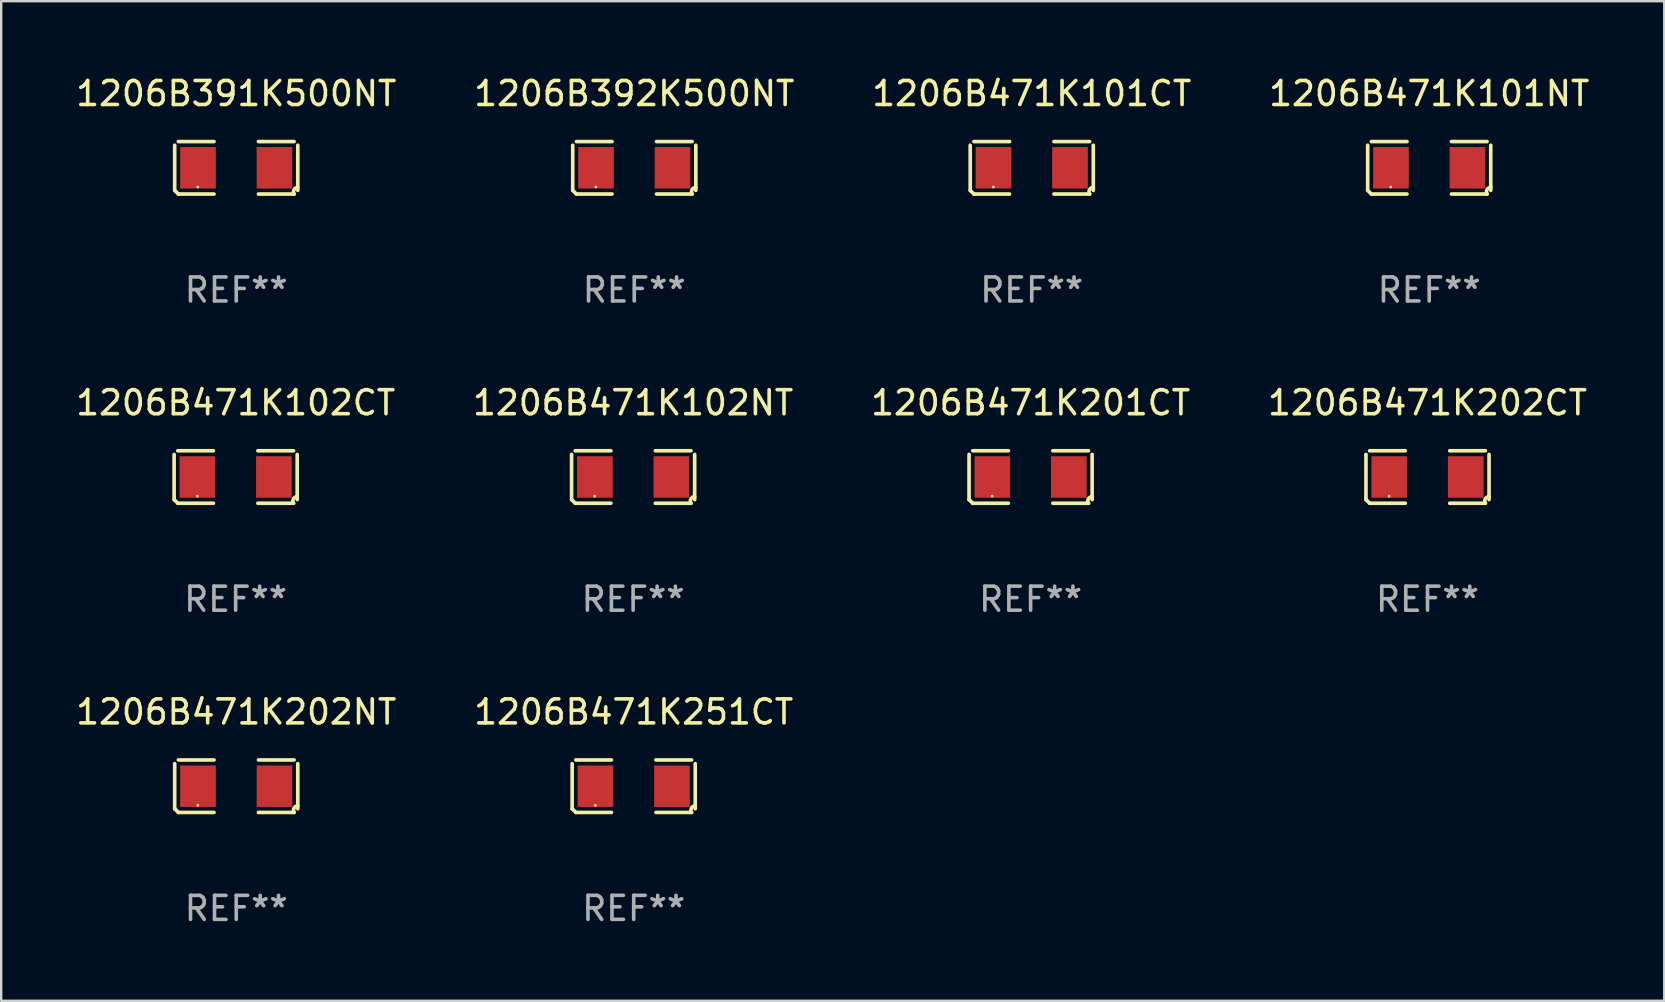
<source format=kicad_pcb>
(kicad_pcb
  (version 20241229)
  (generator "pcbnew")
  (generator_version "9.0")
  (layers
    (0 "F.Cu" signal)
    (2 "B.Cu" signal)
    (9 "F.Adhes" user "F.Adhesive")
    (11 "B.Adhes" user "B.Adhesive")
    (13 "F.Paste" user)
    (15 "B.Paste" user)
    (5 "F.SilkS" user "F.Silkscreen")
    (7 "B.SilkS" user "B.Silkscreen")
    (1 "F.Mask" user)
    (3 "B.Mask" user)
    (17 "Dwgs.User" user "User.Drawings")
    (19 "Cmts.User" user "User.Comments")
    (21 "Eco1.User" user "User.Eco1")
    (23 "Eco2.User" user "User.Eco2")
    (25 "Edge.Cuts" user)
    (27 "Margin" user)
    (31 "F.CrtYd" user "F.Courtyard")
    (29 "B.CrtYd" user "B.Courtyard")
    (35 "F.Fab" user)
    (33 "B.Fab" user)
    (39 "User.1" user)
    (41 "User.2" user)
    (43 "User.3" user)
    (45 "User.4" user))
  (footprint "1206B471K251CT"
    (layer "F.Cu")
    (at 23.351 29.704)
    (property "Reference" "1206B471K251CT" (at 0 -3.093 0) (layer "F.SilkS") (effects (font (size 1 1) (thickness 0.15))))
    (attr through_hole)
    (fp_line (start -2.564 0.94) (end -2.564 -0.94) (stroke (width 0.152) (type solid)) (layer "F.SilkS"))
    (fp_line (start -2.411 -1.093) (end -0.926 -1.093) (stroke (width 0.152) (type solid)) (layer "F.SilkS"))
    (fp_line (start -0.926 1.093) (end -2.411 1.093) (stroke (width 0.152) (type solid)) (layer "F.SilkS"))
    (fp_line (start 0.926 1.093) (end 2.411 1.093) (stroke (width 0.152) (type solid)) (layer "F.SilkS"))
    (fp_line (start 2.411 -1.093) (end 0.926 -1.093) (stroke (width 0.152) (type solid)) (layer "F.SilkS"))
    (fp_line (start 2.564 0.94) (end 2.564 -0.94) (stroke (width 0.152) (type solid)) (layer "F.SilkS"))
    (fp_arc (start -2.411201 1.092609) (mid -2.487413 1.01642) (end -2.563602 0.940208) (stroke (width 0.1524) (type solid)) (layer "F.SilkS"))
    (fp_arc (start 2.411201 1.092609) (mid 2.407159 0.911226) (end 2.563602 0.819347) (stroke (width 0.1524) (type solid)) (layer "F.SilkS"))
    (fp_circle (center -1.6 0.8) (end -1.57 0.8) (stroke (width 0.06) (type solid)) (fill no) (layer "F.SilkS"))
    (fp_text user "REF**" (at 0 5.093 0) (layer "F.Fab") (effects (font (size 1 1) (thickness 0.15))))
    (pad "1" smd rect (at -1.593 0) (size 1.485 1.728) (layers "F.Cu" "F.Mask" "F.Paste"))
    (pad "2" smd rect (at 1.593 0) (size 1.485 1.728) (layers "F.Cu" "F.Mask" "F.Paste")))
  (footprint "1206B471K102NT"
    (layer "F.Cu")
    (at 23.327 16.823)
    (property "Reference" "1206B471K102NT" (at 0 -3.093 0) (layer "F.SilkS") (effects (font (size 1 1) (thickness 0.15))))
    (attr through_hole)
    (fp_line (start -2.564 0.94) (end -2.564 -0.94) (stroke (width 0.152) (type solid)) (layer "F.SilkS"))
    (fp_line (start -2.411 -1.093) (end -0.926 -1.093) (stroke (width 0.152) (type solid)) (layer "F.SilkS"))
    (fp_line (start -0.926 1.093) (end -2.411 1.093) (stroke (width 0.152) (type solid)) (layer "F.SilkS"))
    (fp_line (start 0.926 1.093) (end 2.411 1.093) (stroke (width 0.152) (type solid)) (layer "F.SilkS"))
    (fp_line (start 2.411 -1.093) (end 0.926 -1.093) (stroke (width 0.152) (type solid)) (layer "F.SilkS"))
    (fp_line (start 2.564 0.94) (end 2.564 -0.94) (stroke (width 0.152) (type solid)) (layer "F.SilkS"))
    (fp_arc (start -2.411201 1.092609) (mid -2.487413 1.01642) (end -2.563602 0.940208) (stroke (width 0.1524) (type solid)) (layer "F.SilkS"))
    (fp_arc (start 2.411201 1.092609) (mid 2.407159 0.911226) (end 2.563602 0.819347) (stroke (width 0.1524) (type solid)) (layer "F.SilkS"))
    (fp_circle (center -1.6 0.8) (end -1.57 0.8) (stroke (width 0.06) (type solid)) (fill no) (layer "F.SilkS"))
    (fp_text user "REF**" (at 0 5.093 0) (layer "F.Fab") (effects (font (size 1 1) (thickness 0.15))))
    (pad "1" smd rect (at -1.593 0) (size 1.485 1.728) (layers "F.Cu" "F.Mask" "F.Paste"))
    (pad "2" smd rect (at 1.593 0) (size 1.485 1.728) (layers "F.Cu" "F.Mask" "F.Paste")))
  (footprint "1206B471K101NT"
    (layer "F.Cu")
    (at 56.494 3.941)
    (property "Reference" "1206B471K101NT" (at 0 -3.093 0) (layer "F.SilkS") (effects (font (size 1 1) (thickness 0.15))))
    (attr through_hole)
    (fp_line (start -2.564 0.94) (end -2.564 -0.94) (stroke (width 0.152) (type solid)) (layer "F.SilkS"))
    (fp_line (start -2.411 -1.093) (end -0.926 -1.093) (stroke (width 0.152) (type solid)) (layer "F.SilkS"))
    (fp_line (start -0.926 1.093) (end -2.411 1.093) (stroke (width 0.152) (type solid)) (layer "F.SilkS"))
    (fp_line (start 0.926 1.093) (end 2.411 1.093) (stroke (width 0.152) (type solid)) (layer "F.SilkS"))
    (fp_line (start 2.411 -1.093) (end 0.926 -1.093) (stroke (width 0.152) (type solid)) (layer "F.SilkS"))
    (fp_line (start 2.564 0.94) (end 2.564 -0.94) (stroke (width 0.152) (type solid)) (layer "F.SilkS"))
    (fp_arc (start -2.411201 1.092609) (mid -2.487413 1.01642) (end -2.563602 0.940208) (stroke (width 0.1524) (type solid)) (layer "F.SilkS"))
    (fp_arc (start 2.411201 1.092609) (mid 2.407159 0.911226) (end 2.563602 0.819347) (stroke (width 0.1524) (type solid)) (layer "F.SilkS"))
    (fp_circle (center -1.6 0.8) (end -1.57 0.8) (stroke (width 0.06) (type solid)) (fill no) (layer "F.SilkS"))
    (fp_text user "REF**" (at 0 5.093 0) (layer "F.Fab") (effects (font (size 1 1) (thickness 0.15))))
    (pad "1" smd rect (at -1.593 0) (size 1.485 1.728) (layers "F.Cu" "F.Mask" "F.Paste"))
    (pad "2" smd rect (at 1.593 0) (size 1.485 1.728) (layers "F.Cu" "F.Mask" "F.Paste")))
  (footprint "1206B471K202CT"
    (layer "F.Cu")
    (at 56.423 16.823)
    (property "Reference" "1206B471K202CT" (at 0 -3.093 0) (layer "F.SilkS") (effects (font (size 1 1) (thickness 0.15))))
    (attr through_hole)
    (fp_line (start -2.564 0.94) (end -2.564 -0.94) (stroke (width 0.152) (type solid)) (layer "F.SilkS"))
    (fp_line (start -2.411 -1.093) (end -0.926 -1.093) (stroke (width 0.152) (type solid)) (layer "F.SilkS"))
    (fp_line (start -0.926 1.093) (end -2.411 1.093) (stroke (width 0.152) (type solid)) (layer "F.SilkS"))
    (fp_line (start 0.926 1.093) (end 2.411 1.093) (stroke (width 0.152) (type solid)) (layer "F.SilkS"))
    (fp_line (start 2.411 -1.093) (end 0.926 -1.093) (stroke (width 0.152) (type solid)) (layer "F.SilkS"))
    (fp_line (start 2.564 0.94) (end 2.564 -0.94) (stroke (width 0.152) (type solid)) (layer "F.SilkS"))
    (fp_arc (start -2.411201 1.092609) (mid -2.487413 1.01642) (end -2.563602 0.940208) (stroke (width 0.1524) (type solid)) (layer "F.SilkS"))
    (fp_arc (start 2.411201 1.092609) (mid 2.407159 0.911226) (end 2.563602 0.819347) (stroke (width 0.1524) (type solid)) (layer "F.SilkS"))
    (fp_circle (center -1.6 0.8) (end -1.57 0.8) (stroke (width 0.06) (type solid)) (fill no) (layer "F.SilkS"))
    (fp_text user "REF**" (at 0 5.093 0) (layer "F.Fab") (effects (font (size 1 1) (thickness 0.15))))
    (pad "1" smd rect (at -1.593 0) (size 1.485 1.728) (layers "F.Cu" "F.Mask" "F.Paste"))
    (pad "2" smd rect (at 1.593 0) (size 1.485 1.728) (layers "F.Cu" "F.Mask" "F.Paste")))
  (footprint "1206B392K500NT"
    (layer "F.Cu")
    (at 23.375 3.941)
    (property "Reference" "1206B392K500NT" (at 0 -3.093 0) (layer "F.SilkS") (effects (font (size 1 1) (thickness 0.15))))
    (attr through_hole)
    (fp_line (start -2.564 0.94) (end -2.564 -0.94) (stroke (width 0.152) (type solid)) (layer "F.SilkS"))
    (fp_line (start -2.411 -1.093) (end -0.926 -1.093) (stroke (width 0.152) (type solid)) (layer "F.SilkS"))
    (fp_line (start -0.926 1.093) (end -2.411 1.093) (stroke (width 0.152) (type solid)) (layer "F.SilkS"))
    (fp_line (start 0.926 1.093) (end 2.411 1.093) (stroke (width 0.152) (type solid)) (layer "F.SilkS"))
    (fp_line (start 2.411 -1.093) (end 0.926 -1.093) (stroke (width 0.152) (type solid)) (layer "F.SilkS"))
    (fp_line (start 2.564 0.94) (end 2.564 -0.94) (stroke (width 0.152) (type solid)) (layer "F.SilkS"))
    (fp_arc (start -2.411201 1.092609) (mid -2.487413 1.01642) (end -2.563602 0.940208) (stroke (width 0.1524) (type solid)) (layer "F.SilkS"))
    (fp_arc (start 2.411201 1.092609) (mid 2.407159 0.911226) (end 2.563602 0.819347) (stroke (width 0.1524) (type solid)) (layer "F.SilkS"))
    (fp_circle (center -1.6 0.8) (end -1.57 0.8) (stroke (width 0.06) (type solid)) (fill no) (layer "F.SilkS"))
    (fp_text user "REF**" (at 0 5.093 0) (layer "F.Fab") (effects (font (size 1 1) (thickness 0.15))))
    (pad "1" smd rect (at -1.593 0) (size 1.485 1.728) (layers "F.Cu" "F.Mask" "F.Paste"))
    (pad "2" smd rect (at 1.593 0) (size 1.485 1.728) (layers "F.Cu" "F.Mask" "F.Paste")))
  (footprint "1206B471K101CT"
    (layer "F.Cu")
    (at 39.935 3.941)
    (property "Reference" "1206B471K101CT" (at 0 -3.093 0) (layer "F.SilkS") (effects (font (size 1 1) (thickness 0.15))))
    (attr through_hole)
    (fp_line (start -2.564 0.94) (end -2.564 -0.94) (stroke (width 0.152) (type solid)) (layer "F.SilkS"))
    (fp_line (start -2.411 -1.093) (end -0.926 -1.093) (stroke (width 0.152) (type solid)) (layer "F.SilkS"))
    (fp_line (start -0.926 1.093) (end -2.411 1.093) (stroke (width 0.152) (type solid)) (layer "F.SilkS"))
    (fp_line (start 0.926 1.093) (end 2.411 1.093) (stroke (width 0.152) (type solid)) (layer "F.SilkS"))
    (fp_line (start 2.411 -1.093) (end 0.926 -1.093) (stroke (width 0.152) (type solid)) (layer "F.SilkS"))
    (fp_line (start 2.564 0.94) (end 2.564 -0.94) (stroke (width 0.152) (type solid)) (layer "F.SilkS"))
    (fp_arc (start -2.411201 1.092609) (mid -2.487413 1.01642) (end -2.563602 0.940208) (stroke (width 0.1524) (type solid)) (layer "F.SilkS"))
    (fp_arc (start 2.411201 1.092609) (mid 2.407159 0.911226) (end 2.563602 0.819347) (stroke (width 0.1524) (type solid)) (layer "F.SilkS"))
    (fp_circle (center -1.6 0.8) (end -1.57 0.8) (stroke (width 0.06) (type solid)) (fill no) (layer "F.SilkS"))
    (fp_text user "REF**" (at 0 5.093 0) (layer "F.Fab") (effects (font (size 1 1) (thickness 0.15))))
    (pad "1" smd rect (at -1.593 0) (size 1.485 1.728) (layers "F.Cu" "F.Mask" "F.Paste"))
    (pad "2" smd rect (at 1.593 0) (size 1.485 1.728) (layers "F.Cu" "F.Mask" "F.Paste")))
  (footprint "1206B471K202NT"
    (layer "F.Cu")
    (at 6.792 29.704)
    (property "Reference" "1206B471K202NT" (at 0 -3.093 0) (layer "F.SilkS") (effects (font (size 1 1) (thickness 0.15))))
    (attr through_hole)
    (fp_line (start -2.564 0.94) (end -2.564 -0.94) (stroke (width 0.152) (type solid)) (layer "F.SilkS"))
    (fp_line (start -2.411 -1.093) (end -0.926 -1.093) (stroke (width 0.152) (type solid)) (layer "F.SilkS"))
    (fp_line (start -0.926 1.093) (end -2.411 1.093) (stroke (width 0.152) (type solid)) (layer "F.SilkS"))
    (fp_line (start 0.926 1.093) (end 2.411 1.093) (stroke (width 0.152) (type solid)) (layer "F.SilkS"))
    (fp_line (start 2.411 -1.093) (end 0.926 -1.093) (stroke (width 0.152) (type solid)) (layer "F.SilkS"))
    (fp_line (start 2.564 0.94) (end 2.564 -0.94) (stroke (width 0.152) (type solid)) (layer "F.SilkS"))
    (fp_arc (start -2.411201 1.092609) (mid -2.487413 1.01642) (end -2.563602 0.940208) (stroke (width 0.1524) (type solid)) (layer "F.SilkS"))
    (fp_arc (start 2.411201 1.092609) (mid 2.407159 0.911226) (end 2.563602 0.819347) (stroke (width 0.1524) (type solid)) (layer "F.SilkS"))
    (fp_circle (center -1.6 0.8) (end -1.57 0.8) (stroke (width 0.06) (type solid)) (fill no) (layer "F.SilkS"))
    (fp_text user "REF**" (at 0 5.093 0) (layer "F.Fab") (effects (font (size 1 1) (thickness 0.15))))
    (pad "1" smd rect (at -1.593 0) (size 1.485 1.728) (layers "F.Cu" "F.Mask" "F.Paste"))
    (pad "2" smd rect (at 1.593 0) (size 1.485 1.728) (layers "F.Cu" "F.Mask" "F.Paste")))
  (footprint "1206B391K500NT"
    (layer "F.Cu")
    (at 6.792 3.941)
    (property "Reference" "1206B391K500NT" (at 0 -3.093 0) (layer "F.SilkS") (effects (font (size 1 1) (thickness 0.15))))
    (attr through_hole)
    (fp_line (start -2.564 0.94) (end -2.564 -0.94) (stroke (width 0.152) (type solid)) (layer "F.SilkS"))
    (fp_line (start -2.411 -1.093) (end -0.926 -1.093) (stroke (width 0.152) (type solid)) (layer "F.SilkS"))
    (fp_line (start -0.926 1.093) (end -2.411 1.093) (stroke (width 0.152) (type solid)) (layer "F.SilkS"))
    (fp_line (start 0.926 1.093) (end 2.411 1.093) (stroke (width 0.152) (type solid)) (layer "F.SilkS"))
    (fp_line (start 2.411 -1.093) (end 0.926 -1.093) (stroke (width 0.152) (type solid)) (layer "F.SilkS"))
    (fp_line (start 2.564 0.94) (end 2.564 -0.94) (stroke (width 0.152) (type solid)) (layer "F.SilkS"))
    (fp_arc (start -2.411201 1.092609) (mid -2.487413 1.01642) (end -2.563602 0.940208) (stroke (width 0.1524) (type solid)) (layer "F.SilkS"))
    (fp_arc (start 2.411201 1.092609) (mid 2.407159 0.911226) (end 2.563602 0.819347) (stroke (width 0.1524) (type solid)) (layer "F.SilkS"))
    (fp_circle (center -1.6 0.8) (end -1.57 0.8) (stroke (width 0.06) (type solid)) (fill no) (layer "F.SilkS"))
    (fp_text user "REF**" (at 0 5.093 0) (layer "F.Fab") (effects (font (size 1 1) (thickness 0.15))))
    (pad "1" smd rect (at -1.593 0) (size 1.485 1.728) (layers "F.Cu" "F.Mask" "F.Paste"))
    (pad "2" smd rect (at 1.593 0) (size 1.485 1.728) (layers "F.Cu" "F.Mask" "F.Paste")))
  (footprint "1206B471K201CT"
    (layer "F.Cu")
    (at 39.887 16.823)
    (property "Reference" "1206B471K201CT" (at 0 -3.093 0) (layer "F.SilkS") (effects (font (size 1 1) (thickness 0.15))))
    (attr through_hole)
    (fp_line (start -2.564 0.94) (end -2.564 -0.94) (stroke (width 0.152) (type solid)) (layer "F.SilkS"))
    (fp_line (start -2.411 -1.093) (end -0.926 -1.093) (stroke (width 0.152) (type solid)) (layer "F.SilkS"))
    (fp_line (start -0.926 1.093) (end -2.411 1.093) (stroke (width 0.152) (type solid)) (layer "F.SilkS"))
    (fp_line (start 0.926 1.093) (end 2.411 1.093) (stroke (width 0.152) (type solid)) (layer "F.SilkS"))
    (fp_line (start 2.411 -1.093) (end 0.926 -1.093) (stroke (width 0.152) (type solid)) (layer "F.SilkS"))
    (fp_line (start 2.564 0.94) (end 2.564 -0.94) (stroke (width 0.152) (type solid)) (layer "F.SilkS"))
    (fp_arc (start -2.411201 1.092609) (mid -2.487413 1.01642) (end -2.563602 0.940208) (stroke (width 0.1524) (type solid)) (layer "F.SilkS"))
    (fp_arc (start 2.411201 1.092609) (mid 2.407159 0.911226) (end 2.563602 0.819347) (stroke (width 0.1524) (type solid)) (layer "F.SilkS"))
    (fp_circle (center -1.6 0.8) (end -1.57 0.8) (stroke (width 0.06) (type solid)) (fill no) (layer "F.SilkS"))
    (fp_text user "REF**" (at 0 5.093 0) (layer "F.Fab") (effects (font (size 1 1) (thickness 0.15))))
    (pad "1" smd rect (at -1.593 0) (size 1.485 1.728) (layers "F.Cu" "F.Mask" "F.Paste"))
    (pad "2" smd rect (at 1.593 0) (size 1.485 1.728) (layers "F.Cu" "F.Mask" "F.Paste")))
  (footprint "1206B471K102CT"
    (layer "F.Cu")
    (at 6.768 16.823)
    (property "Reference" "1206B471K102CT" (at 0 -3.093 0) (layer "F.SilkS") (effects (font (size 1 1) (thickness 0.15))))
    (attr through_hole)
    (fp_line (start -2.564 0.94) (end -2.564 -0.94) (stroke (width 0.152) (type solid)) (layer "F.SilkS"))
    (fp_line (start -2.411 -1.093) (end -0.926 -1.093) (stroke (width 0.152) (type solid)) (layer "F.SilkS"))
    (fp_line (start -0.926 1.093) (end -2.411 1.093) (stroke (width 0.152) (type solid)) (layer "F.SilkS"))
    (fp_line (start 0.926 1.093) (end 2.411 1.093) (stroke (width 0.152) (type solid)) (layer "F.SilkS"))
    (fp_line (start 2.411 -1.093) (end 0.926 -1.093) (stroke (width 0.152) (type solid)) (layer "F.SilkS"))
    (fp_line (start 2.564 0.94) (end 2.564 -0.94) (stroke (width 0.152) (type solid)) (layer "F.SilkS"))
    (fp_arc (start -2.411201 1.092609) (mid -2.487413 1.01642) (end -2.563602 0.940208) (stroke (width 0.1524) (type solid)) (layer "F.SilkS"))
    (fp_arc (start 2.411201 1.092609) (mid 2.407159 0.911226) (end 2.563602 0.819347) (stroke (width 0.1524) (type solid)) (layer "F.SilkS"))
    (fp_circle (center -1.6 0.8) (end -1.57 0.8) (stroke (width 0.06) (type solid)) (fill no) (layer "F.SilkS"))
    (fp_text user "REF**" (at 0 5.093 0) (layer "F.Fab") (effects (font (size 1 1) (thickness 0.15))))
    (pad "1" smd rect (at -1.593 0) (size 1.485 1.728) (layers "F.Cu" "F.Mask" "F.Paste"))
    (pad "2" smd rect (at 1.593 0) (size 1.485 1.728) (layers "F.Cu" "F.Mask" "F.Paste")))
  (gr_rect
    (start -3 -3)
    (end 66.286 38.645)
    (stroke (width 0.1) (type default))
    (fill no)
    (layer "Edge.Cuts")))
</source>
